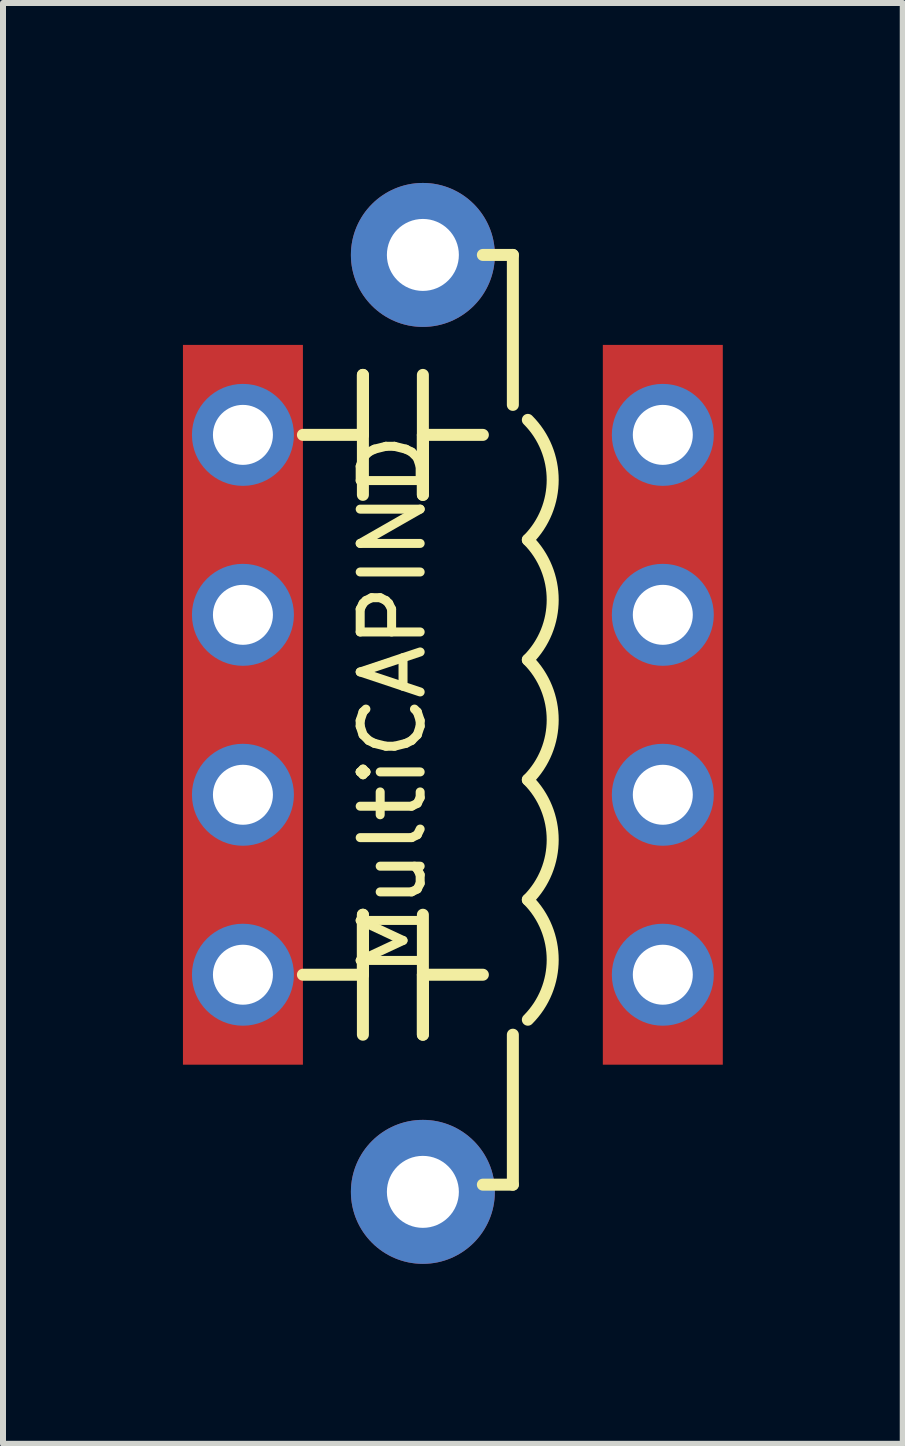
<source format=kicad_pcb>
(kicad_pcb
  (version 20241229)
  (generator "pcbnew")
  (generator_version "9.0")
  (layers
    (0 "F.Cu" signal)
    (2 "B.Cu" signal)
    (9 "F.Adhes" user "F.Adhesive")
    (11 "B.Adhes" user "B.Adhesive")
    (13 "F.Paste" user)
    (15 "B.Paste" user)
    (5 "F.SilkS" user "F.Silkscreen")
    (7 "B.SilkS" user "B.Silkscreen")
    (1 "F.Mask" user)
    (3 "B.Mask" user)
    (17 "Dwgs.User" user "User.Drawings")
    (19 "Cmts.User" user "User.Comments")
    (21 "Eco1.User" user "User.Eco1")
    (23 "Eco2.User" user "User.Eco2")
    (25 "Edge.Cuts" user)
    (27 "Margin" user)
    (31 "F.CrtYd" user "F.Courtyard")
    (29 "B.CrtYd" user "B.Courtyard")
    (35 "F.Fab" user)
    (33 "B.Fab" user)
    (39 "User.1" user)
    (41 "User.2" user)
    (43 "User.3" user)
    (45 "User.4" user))
  (footprint "MultiCAPIND"
    (layer "F.Cu")
    (at 4 9.2)
    (property "Reference" "MultiCAPIND" (at -0.5 -0.5 90) (layer "F.SilkS") (effects (font (size 1 1) (thickness 0.15))))
    (attr through_hole)
    (fp_line (start -1 -6) (end -1 -5) (stroke (width 0.2) (type solid)) (layer "F.SilkS"))
    (fp_line (start -1 -5) (end -2 -5) (stroke (width 0.2) (type solid)) (layer "F.SilkS"))
    (fp_line (start -1 -4) (end -1 -6) (stroke (width 0.2) (type solid)) (layer "F.SilkS"))
    (fp_line (start -1 3) (end -1 4) (stroke (width 0.2) (type solid)) (layer "F.SilkS"))
    (fp_line (start -1 4) (end -2 4) (stroke (width 0.2) (type solid)) (layer "F.SilkS"))
    (fp_line (start -1 5) (end -1 3) (stroke (width 0.2) (type solid)) (layer "F.SilkS"))
    (fp_line (start 0 -6) (end 0 -4) (stroke (width 0.2) (type solid)) (layer "F.SilkS"))
    (fp_line (start 0 -4) (end 0 -5) (stroke (width 0.2) (type solid)) (layer "F.SilkS"))
    (fp_line (start 0 3) (end 0 5) (stroke (width 0.2) (type solid)) (layer "F.SilkS"))
    (fp_line (start 0 5) (end 0 4) (stroke (width 0.2) (type solid)) (layer "F.SilkS"))
    (fp_line (start 1 -5) (end 0 -5) (stroke (width 0.2) (type solid)) (layer "F.SilkS"))
    (fp_line (start 1 4) (end 0 4) (stroke (width 0.2) (type solid)) (layer "F.SilkS"))
    (fp_line (start 1.5 -8) (end 1 -8) (stroke (width 0.2) (type solid)) (layer "F.SilkS"))
    (fp_line (start 1.5 -5.5) (end 1.5 -8) (stroke (width 0.2) (type solid)) (layer "F.SilkS"))
    (fp_line (start 1.5 5) (end 1.5 7.5) (stroke (width 0.2) (type solid)) (layer "F.SilkS"))
    (fp_line (start 1.5 7.5) (end 1 7.5) (stroke (width 0.2) (type solid)) (layer "F.SilkS"))
    (fp_arc (start 1.75 -5.25) (mid 2.164214 -4.25) (end 1.75 -3.25) (stroke (width 0.2) (type solid)) (layer "F.SilkS"))
    (fp_arc (start 1.75 -3.25) (mid 2.164214 -2.25) (end 1.75 -1.25) (stroke (width 0.2) (type solid)) (layer "F.SilkS"))
    (fp_arc (start 1.75 -1.25) (mid 2.164214 -0.25) (end 1.75 0.75) (stroke (width 0.2) (type solid)) (layer "F.SilkS"))
    (fp_arc (start 1.75 0.75) (mid 2.164214 1.75) (end 1.75 2.75) (stroke (width 0.2) (type solid)) (layer "F.SilkS"))
    (fp_arc (start 1.75 2.75) (mid 2.164214 3.75) (end 1.75 4.75) (stroke (width 0.2) (type solid)) (layer "F.SilkS"))
    (pad "1" thru_hole circle (at -3 -5) (size 1.7 1.7) (drill 1) (layers "*.Cu" "*.Mask"))
    (pad "1" thru_hole circle (at -3 -2) (size 1.7 1.7) (drill 1) (layers "*.Cu" "*.Mask"))
    (pad "1" smd rect (at -3 -0.5) (size 2 12) (layers "F.Cu" "F.Mask" "F.Paste"))
    (pad "1" thru_hole circle (at -3 1) (size 1.7 1.7) (drill 1) (layers "*.Cu" "*.Mask"))
    (pad "1" thru_hole circle (at -3 4) (size 1.7 1.7) (drill 1) (layers "*.Cu" "*.Mask"))
    (pad "2" thru_hole circle (at 4 -5) (size 1.7 1.7) (drill 1) (layers "*.Cu" "*.Mask"))
    (pad "2" thru_hole circle (at 4 -2) (size 1.7 1.7) (drill 1) (layers "*.Cu" "*.Mask"))
    (pad "2" smd rect (at 4 -0.5) (size 2 12) (layers "F.Cu" "F.Mask" "F.Paste"))
    (pad "2" thru_hole circle (at 4 1) (size 1.7 1.7) (drill 1) (layers "*.Cu" "*.Mask"))
    (pad "2" thru_hole circle (at 4 4) (size 1.7 1.7) (drill 1) (layers "*.Cu" "*.Mask"))
    (pad "3" thru_hole circle (at 0 -8) (size 2.4 2.4) (drill 1.2) (layers "*.Cu" "*.Mask"))
    (pad "4" thru_hole circle (at 0 7.62) (size 2.4 2.4) (drill 1.2) (layers "*.Cu" "*.Mask")))
  (gr_rect
    (start -3 -3)
    (end 12 21.02)
    (stroke (width 0.1) (type default))
    (fill no)
    (layer "Edge.Cuts")))
</source>
